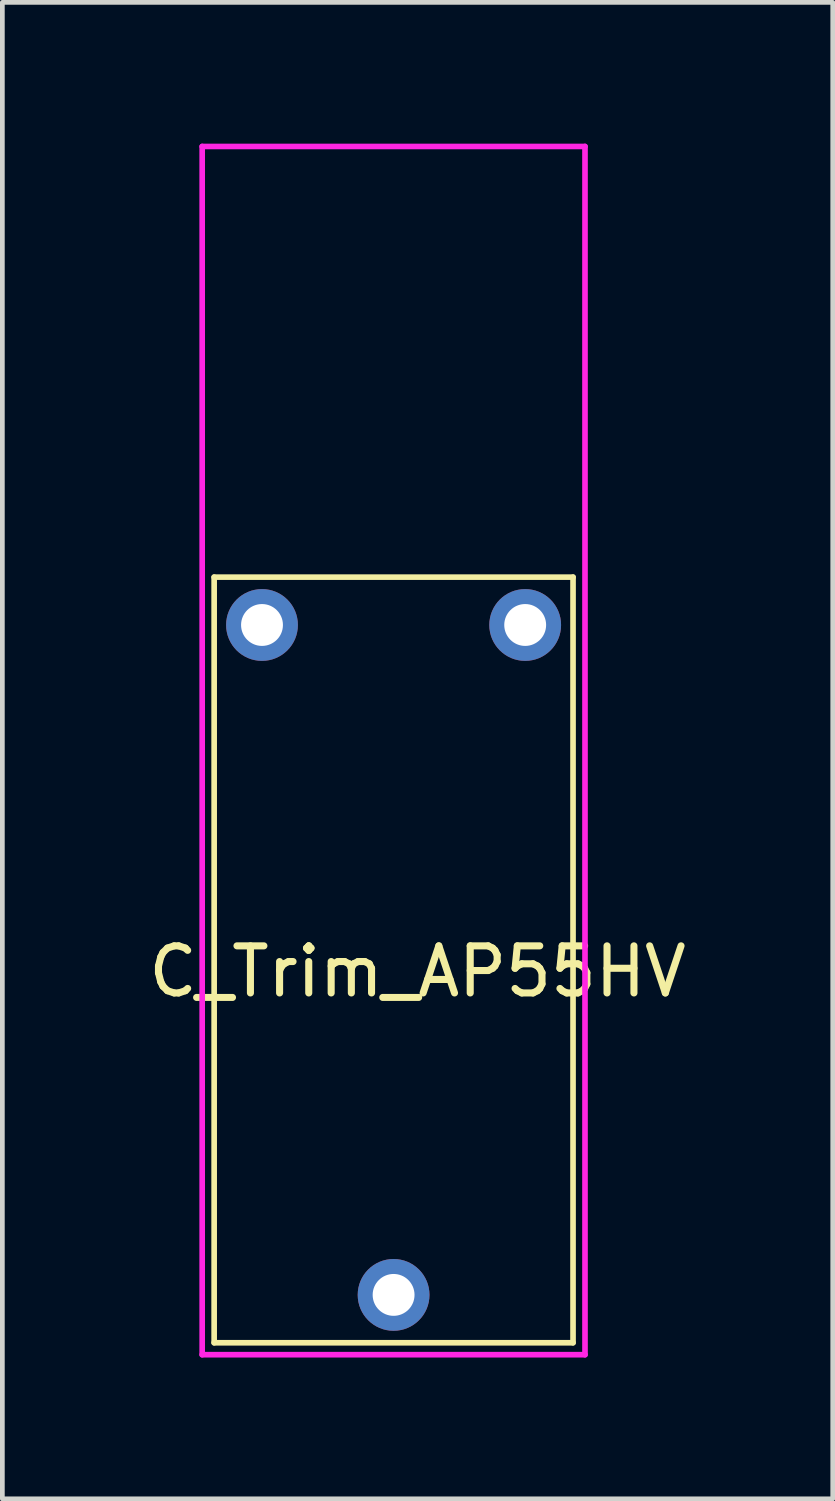
<source format=kicad_pcb>
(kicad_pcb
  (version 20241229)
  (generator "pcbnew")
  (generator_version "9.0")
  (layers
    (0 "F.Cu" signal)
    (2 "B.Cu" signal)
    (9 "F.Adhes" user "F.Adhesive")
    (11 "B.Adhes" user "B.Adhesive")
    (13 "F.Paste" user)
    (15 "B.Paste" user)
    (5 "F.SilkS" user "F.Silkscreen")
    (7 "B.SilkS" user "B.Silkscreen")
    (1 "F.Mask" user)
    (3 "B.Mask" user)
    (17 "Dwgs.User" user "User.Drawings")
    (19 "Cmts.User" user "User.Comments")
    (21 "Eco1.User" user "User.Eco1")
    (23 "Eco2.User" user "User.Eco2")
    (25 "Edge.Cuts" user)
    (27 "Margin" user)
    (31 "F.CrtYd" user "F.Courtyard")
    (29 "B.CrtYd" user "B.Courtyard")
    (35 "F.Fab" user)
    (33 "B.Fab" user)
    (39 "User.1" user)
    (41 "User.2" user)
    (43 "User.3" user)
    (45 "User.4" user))
  (footprint "C_Trim_AP55HV"
    (layer "F.Cu")
    (at 5.307 17.332)
    (property "Reference" "C_Trim_AP55HV" (at 0.508 0.246 0) (layer "F.SilkS") (effects (font (size 1 1) (thickness 0.15))))
    (attr through_hole)
    (fp_line (start -3.81 -8.128) (end 3.81 -8.128) (stroke (width 0.12) (type solid)) (layer "F.SilkS"))
    (fp_line (start -3.81 8.128) (end -3.81 -8.128) (stroke (width 0.12) (type solid)) (layer "F.SilkS"))
    (fp_line (start 3.81 -8.128) (end 3.81 8.128) (stroke (width 0.12) (type solid)) (layer "F.SilkS"))
    (fp_line (start 3.81 8.128) (end -3.81 8.128) (stroke (width 0.12) (type solid)) (layer "F.SilkS"))
    (fp_line (start -4.064 -17.272) (end 4.064 -17.272) (stroke (width 0.12) (type solid)) (layer "F.CrtYd"))
    (fp_line (start -4.064 8.382) (end -4.064 -17.272) (stroke (width 0.12) (type solid)) (layer "F.CrtYd"))
    (fp_line (start 4.064 -17.272) (end 4.064 8.382) (stroke (width 0.12) (type solid)) (layer "F.CrtYd"))
    (fp_line (start 4.064 8.382) (end -4.064 8.382) (stroke (width 0.12) (type solid)) (layer "F.CrtYd"))
    (pad "1" thru_hole circle (at 0 7.112) (size 1.524 1.524) (drill 0.889) (layers "*.Cu" "*.Mask"))
    (pad "2" thru_hole circle (at -2.794 -7.112) (size 1.524 1.524) (drill 0.889) (layers "*.Cu" "*.Mask"))
    (pad "3" thru_hole circle (at 2.794 -7.112) (size 1.524 1.524) (drill 0.889) (layers "*.Cu" "*.Mask")))
  (gr_rect
    (start -3 -3)
    (end 14.631 28.774)
    (stroke (width 0.1) (type default))
    (fill no)
    (layer "Edge.Cuts")))
</source>
